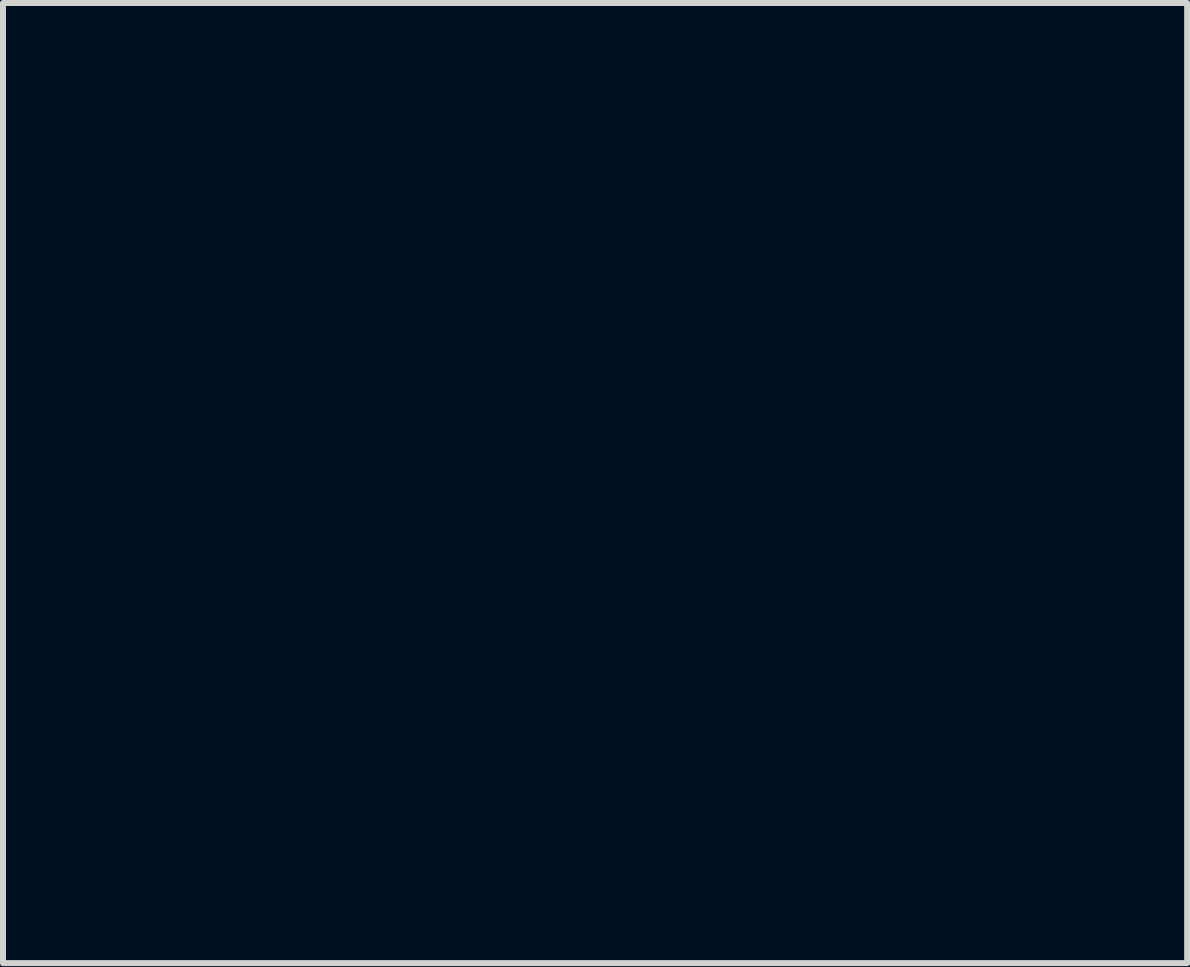
<source format=kicad_pcb>
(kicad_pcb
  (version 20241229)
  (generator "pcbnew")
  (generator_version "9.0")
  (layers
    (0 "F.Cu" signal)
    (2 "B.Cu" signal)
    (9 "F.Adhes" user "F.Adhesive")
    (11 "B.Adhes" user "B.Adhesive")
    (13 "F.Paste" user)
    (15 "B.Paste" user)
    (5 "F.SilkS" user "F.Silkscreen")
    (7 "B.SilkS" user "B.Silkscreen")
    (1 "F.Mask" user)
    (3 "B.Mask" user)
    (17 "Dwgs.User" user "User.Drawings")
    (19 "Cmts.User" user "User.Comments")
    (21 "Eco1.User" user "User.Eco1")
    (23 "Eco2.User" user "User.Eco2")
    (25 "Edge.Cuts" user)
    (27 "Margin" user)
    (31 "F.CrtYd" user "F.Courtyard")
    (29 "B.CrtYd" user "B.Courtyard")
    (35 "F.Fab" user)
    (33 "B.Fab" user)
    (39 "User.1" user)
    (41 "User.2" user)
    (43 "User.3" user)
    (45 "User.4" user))
  (footprint "logo_coffe"
    (layer "F.Cu")
    (at 7.12 5.316)
    (property "Reference" "logo_coffe" (at 0 0 0) (layer "F.Mask") (effects (font (size 1.524 1.524) (thickness 0.3))))
    (attr board_only exclude_from_pos_files exclude_from_bom)
    (fp_poly (pts (xy -5.819 -0.296) (xy -5.749 -0.228) (xy -5.712 -0.126) (xy -5.728 -0.037) (xy -5.786 0.025) (xy -5.872 0.044) (xy -5.944 0.023) (xy -6.019 -0.047) (xy -6.039 -0.141) (xy -6 -0.236) (xy -5.991 -0.246) (xy -5.904 -0.305)) (stroke (width 0) (type solid)) (fill yes) (layer "F.Mask"))
    (fp_poly (pts (xy -1.002 -2.195) (xy -0.938 -2.119) (xy -0.922 -2.008) (xy -0.938 -1.93) (xy -1.001 -1.811) (xy -1.089 -1.748) (xy -1.188 -1.746) (xy -1.286 -1.807) (xy -1.347 -1.911) (xy -1.342 -2.032) (xy -1.315 -2.096) (xy -1.252 -2.183) (xy -1.168 -2.219) (xy -1.104 -2.223)) (stroke (width 0) (type solid)) (fill yes) (layer "F.Mask"))
    (fp_poly (pts (xy -6.868 -1.904) (xy -6.777 -1.851) (xy -6.755 -1.824) (xy -6.717 -1.721) (xy -6.729 -1.62) (xy -6.779 -1.535) (xy -6.854 -1.478) (xy -6.942 -1.46) (xy -7.032 -1.492) (xy -7.066 -1.523) (xy -7.111 -1.615) (xy -7.12 -1.728) (xy -7.09 -1.829) (xy -7.069 -1.856) (xy -6.975 -1.907)) (stroke (width 0) (type solid)) (fill yes) (layer "F.Mask"))
    (fp_poly (pts (xy 1.424 -2.137) (xy 1.519 -2.074) (xy 1.576 -1.971) (xy 1.583 -1.851) (xy 1.582 -1.845) (xy 1.528 -1.729) (xy 1.437 -1.663) (xy 1.324 -1.654) (xy 1.26 -1.676) (xy 1.186 -1.742) (xy 1.156 -1.836) (xy 1.164 -1.941) (xy 1.205 -2.038) (xy 1.273 -2.112) (xy 1.361 -2.145)) (stroke (width 0) (type solid)) (fill yes) (layer "F.Mask"))
    (fp_poly (pts (xy 0.177 -1.66) (xy 0.256 -1.585) (xy 0.342 -1.507) (xy 0.427 -1.452) (xy 0.452 -1.442) (xy 0.535 -1.409) (xy 0.582 -1.381) (xy 0.619 -1.313) (xy 0.619 -1.224) (xy 0.584 -1.154) (xy 0.506 -1.119) (xy 0.392 -1.116) (xy 0.269 -1.145) (xy 0.188 -1.183) (xy 0.106 -1.227) (xy 0.047 -1.234) (xy -0.024 -1.205) (xy -0.024 -1.205) (xy -0.19 -1.139) (xy -0.322 -1.131) (xy -0.416 -1.174) (xy -0.477 -1.256) (xy -0.476 -1.342) (xy -0.416 -1.415) (xy -0.328 -1.455) (xy -0.224 -1.501) (xy -0.113 -1.572) (xy -0.084 -1.596) (xy 0.018 -1.674) (xy 0.099 -1.695)) (stroke (width 0) (type solid)) (fill yes) (layer "F.Mask"))
    (fp_poly (pts (xy 4.997 -3.319) (xy 5.073 -3.245) (xy 5.123 -3.145) (xy 5.179 -3.034) (xy 5.255 -2.964) (xy 5.32 -2.93) (xy 5.431 -2.859) (xy 5.481 -2.773) (xy 5.467 -2.683) (xy 5.437 -2.639) (xy 5.375 -2.588) (xy 5.331 -2.571) (xy 5.278 -2.543) (xy 5.218 -2.473) (xy 5.167 -2.386) (xy 5.143 -2.307) (xy 5.143 -2.299) (xy 5.116 -2.226) (xy 5.065 -2.174) (xy 4.998 -2.131) (xy 4.952 -2.126) (xy 4.893 -2.156) (xy 4.892 -2.157) (xy 4.845 -2.211) (xy 4.803 -2.302) (xy 4.794 -2.331) (xy 4.735 -2.459) (xy 4.646 -2.536) (xy 4.536 -2.606) (xy 4.475 -2.663) (xy 4.451 -2.72) (xy 4.448 -2.76) (xy 4.476 -2.839) (xy 4.566 -2.912) (xy 4.57 -2.915) (xy 4.692 -3.025) (xy 4.758 -3.139) (xy 4.832 -3.266) (xy 4.914 -3.326)) (stroke (width 0) (type solid)) (fill yes) (layer "F.Mask"))
    (fp_poly (pts (xy -3.32 2.726) (xy -3.173 2.769) (xy -3.07 2.834) (xy -3.016 2.914) (xy -3.02 3.004) (xy -3.054 3.062) (xy -3.092 3.105) (xy -3.129 3.122) (xy -3.187 3.116) (xy -3.286 3.087) (xy -3.312 3.078) (xy -3.508 3.041) (xy -3.671 3.062) (xy -3.807 3.146) (xy -3.919 3.293) (xy -3.99 3.45) (xy -4.043 3.611) (xy -4.061 3.735) (xy -4.045 3.844) (xy -3.998 3.958) (xy -3.872 4.157) (xy -3.731 4.289) (xy -3.57 4.356) (xy -3.388 4.36) (xy -3.307 4.344) (xy -3.207 4.323) (xy -3.145 4.327) (xy -3.096 4.36) (xy -3.08 4.375) (xy -3.033 4.437) (xy -3.037 4.501) (xy -3.051 4.534) (xy -3.114 4.614) (xy -3.181 4.657) (xy -3.311 4.684) (xy -3.477 4.69) (xy -3.649 4.675) (xy -3.799 4.642) (xy -3.842 4.625) (xy -3.979 4.534) (xy -4.119 4.391) (xy -4.247 4.213) (xy -4.308 4.103) (xy -4.367 3.916) (xy -4.378 3.698) (xy -4.345 3.469) (xy -4.272 3.245) (xy -4.161 3.043) (xy -4.061 2.922) (xy -3.921 2.807) (xy -3.769 2.74) (xy -3.583 2.712) (xy -3.502 2.71)) (stroke (width 0) (type solid)) (fill yes) (layer "F.Mask"))
    (fp_poly (pts (xy -0.083 2.714) (xy 0.066 2.726) (xy 0.164 2.748) (xy 0.219 2.785) (xy 0.242 2.838) (xy 0.243 2.862) (xy 0.226 2.95) (xy 0.168 3.008) (xy 0.063 3.043) (xy -0.1 3.057) (xy -0.168 3.058) (xy -0.452 3.058) (xy -0.452 3.262) (xy -0.45 3.376) (xy -0.439 3.439) (xy -0.409 3.47) (xy -0.353 3.486) (xy -0.343 3.488) (xy -0.243 3.501) (xy -0.113 3.508) (xy -0.05 3.509) (xy 0.107 3.527) (xy 0.205 3.58) (xy 0.243 3.668) (xy 0.243 3.681) (xy 0.226 3.754) (xy 0.169 3.8) (xy 0.064 3.825) (xy -0.099 3.83) (xy -0.162 3.828) (xy -0.452 3.817) (xy -0.452 4.167) (xy -0.453 4.332) (xy -0.46 4.442) (xy -0.475 4.514) (xy -0.499 4.562) (xy -0.521 4.587) (xy -0.607 4.647) (xy -0.683 4.641) (xy -0.738 4.595) (xy -0.756 4.54) (xy -0.772 4.427) (xy -0.783 4.269) (xy -0.791 4.077) (xy -0.796 3.864) (xy -0.798 3.642) (xy -0.795 3.422) (xy -0.79 3.217) (xy -0.78 3.038) (xy -0.768 2.898) (xy -0.751 2.809) (xy -0.743 2.788) (xy -0.717 2.755) (xy -0.682 2.732) (xy -0.625 2.719) (xy -0.532 2.713) (xy -0.389 2.71) (xy -0.292 2.71)) (stroke (width 0) (type solid)) (fill yes) (layer "F.Mask"))
    (fp_poly (pts (xy 5.966 -1.225) (xy 6.032 -1.154) (xy 6.066 -1.053) (xy 6.131 -0.846) (xy 6.245 -0.687) (xy 6.411 -0.571) (xy 6.468 -0.545) (xy 6.556 -0.494) (xy 6.613 -0.434) (xy 6.618 -0.421) (xy 6.621 -0.346) (xy 6.596 -0.267) (xy 6.555 -0.215) (xy 6.534 -0.208) (xy 6.493 -0.188) (xy 6.416 -0.136) (xy 6.328 -0.069) (xy 6.173 0.076) (xy 6.078 0.217) (xy 6.046 0.346) (xy 6.017 0.433) (xy 5.946 0.511) (xy 5.859 0.554) (xy 5.837 0.556) (xy 5.762 0.532) (xy 5.698 0.486) (xy 5.647 0.413) (xy 5.629 0.354) (xy 5.619 0.285) (xy 5.595 0.18) (xy 5.576 0.111) (xy 5.535 0.001) (xy 5.48 -0.083) (xy 5.392 -0.164) (xy 5.332 -0.209) (xy 5.204 -0.32) (xy 5.157 -0.391) (xy 5.7 -0.391) (xy 5.777 -0.248) (xy 5.855 -0.106) (xy 5.975 -0.226) (xy 6.096 -0.346) (xy 5.98 -0.466) (xy 5.863 -0.586) (xy 5.782 -0.488) (xy 5.7 -0.391) (xy 5.157 -0.391) (xy 5.142 -0.415) (xy 5.147 -0.495) (xy 5.22 -0.564) (xy 5.359 -0.623) (xy 5.507 -0.706) (xy 5.616 -0.845) (xy 5.669 -0.976) (xy 5.717 -1.085) (xy 5.781 -1.177) (xy 5.79 -1.186) (xy 5.881 -1.238)) (stroke (width 0) (type solid)) (fill yes) (layer "F.Mask"))
    (fp_poly (pts (xy -1.702 2.722) (xy -1.531 2.812) (xy -1.382 2.946) (xy -1.261 3.119) (xy -1.173 3.325) (xy -1.124 3.556) (xy -1.121 3.806) (xy -1.145 3.971) (xy -1.205 4.146) (xy -1.305 4.318) (xy -1.43 4.467) (xy -1.563 4.569) (xy -1.569 4.572) (xy -1.698 4.615) (xy -1.862 4.639) (xy -2.032 4.642) (xy -2.177 4.621) (xy -2.186 4.618) (xy -2.27 4.575) (xy -2.376 4.496) (xy -2.482 4.399) (xy -2.482 4.399) (xy -2.632 4.216) (xy -2.723 4.025) (xy -2.762 3.811) (xy -2.756 3.615) (xy -2.429 3.615) (xy -2.418 3.822) (xy -2.35 4.015) (xy -2.227 4.182) (xy -2.188 4.217) (xy -2.046 4.295) (xy -1.891 4.311) (xy -1.739 4.264) (xy -1.666 4.215) (xy -1.55 4.084) (xy -1.484 3.923) (xy -1.46 3.718) (xy -1.46 3.693) (xy -1.483 3.495) (xy -1.544 3.316) (xy -1.635 3.17) (xy -1.75 3.069) (xy -1.828 3.036) (xy -1.955 3.035) (xy -2.094 3.077) (xy -2.218 3.154) (xy -2.274 3.212) (xy -2.381 3.407) (xy -2.429 3.615) (xy -2.756 3.615) (xy -2.754 3.559) (xy -2.75 3.533) (xy -2.689 3.265) (xy -2.577 3.044) (xy -2.413 2.868) (xy -2.285 2.781) (xy -2.085 2.7) (xy -1.889 2.682)) (stroke (width 0) (type solid)) (fill yes) (layer "F.Mask"))
    (fp_poly (pts (xy 3.685 2.714) (xy 3.802 2.72) (xy 3.999 2.731) (xy 4.138 2.745) (xy 4.229 2.763) (xy 4.285 2.79) (xy 4.316 2.829) (xy 4.331 2.873) (xy 4.338 2.955) (xy 4.306 3.01) (xy 4.227 3.044) (xy 4.094 3.059) (xy 3.929 3.061) (xy 3.614 3.055) (xy 3.614 3.468) (xy 3.911 3.493) (xy 4.091 3.515) (xy 4.212 3.547) (xy 4.281 3.593) (xy 4.308 3.658) (xy 4.309 3.679) (xy 4.296 3.743) (xy 4.251 3.785) (xy 4.164 3.81) (xy 4.023 3.821) (xy 3.919 3.822) (xy 3.614 3.822) (xy 3.608 3.996) (xy 3.604 4.11) (xy 3.6 4.202) (xy 3.599 4.23) (xy 3.605 4.259) (xy 3.636 4.276) (xy 3.705 4.282) (xy 3.825 4.281) (xy 3.88 4.279) (xy 4.026 4.278) (xy 4.148 4.287) (xy 4.226 4.302) (xy 4.234 4.306) (xy 4.31 4.377) (xy 4.33 4.467) (xy 4.289 4.554) (xy 4.256 4.583) (xy 4.209 4.602) (xy 4.136 4.614) (xy 4.022 4.619) (xy 3.856 4.621) (xy 3.802 4.621) (xy 3.609 4.619) (xy 3.474 4.613) (xy 3.387 4.6) (xy 3.336 4.58) (xy 3.324 4.57) (xy 3.307 4.543) (xy 3.294 4.493) (xy 3.285 4.413) (xy 3.279 4.294) (xy 3.275 4.129) (xy 3.274 3.908) (xy 3.274 3.7) (xy 3.274 3.409) (xy 3.277 3.181) (xy 3.286 3.007) (xy 3.304 2.881) (xy 3.337 2.796) (xy 3.387 2.743) (xy 3.46 2.717) (xy 3.558 2.71)) (stroke (width 0) (type solid)) (fill yes) (layer "F.Mask"))
    (fp_poly (pts (xy 0.953 2.692) (xy 0.978 2.693) (xy 1.168 2.707) (xy 1.301 2.72) (xy 1.389 2.736) (xy 1.444 2.758) (xy 1.478 2.789) (xy 1.496 2.817) (xy 1.514 2.887) (xy 1.484 2.964) (xy 1.476 2.977) (xy 1.445 3.02) (xy 1.409 3.044) (xy 1.353 3.054) (xy 1.26 3.051) (xy 1.126 3.041) (xy 0.834 3.017) (xy 0.834 3.22) (xy 0.839 3.338) (xy 0.852 3.43) (xy 0.864 3.468) (xy 0.911 3.494) (xy 1.009 3.519) (xy 1.138 3.539) (xy 1.146 3.54) (xy 1.298 3.561) (xy 1.393 3.59) (xy 1.446 3.631) (xy 1.447 3.632) (xy 1.49 3.717) (xy 1.471 3.789) (xy 1.425 3.839) (xy 1.375 3.873) (xy 1.309 3.888) (xy 1.207 3.888) (xy 1.116 3.882) (xy 0.99 3.873) (xy 0.919 3.875) (xy 0.89 3.889) (xy 0.888 3.919) (xy 0.888 3.92) (xy 0.895 3.981) (xy 0.905 4.09) (xy 0.915 4.227) (xy 0.918 4.266) (xy 0.925 4.412) (xy 0.923 4.506) (xy 0.909 4.566) (xy 0.88 4.61) (xy 0.868 4.622) (xy 0.798 4.679) (xy 0.739 4.681) (xy 0.664 4.63) (xy 0.64 4.601) (xy 0.619 4.553) (xy 0.601 4.479) (xy 0.584 4.372) (xy 0.567 4.228) (xy 0.551 4.038) (xy 0.535 3.798) (xy 0.517 3.501) (xy 0.498 3.157) (xy 0.489 2.993) (xy 0.487 2.884) (xy 0.494 2.816) (xy 0.511 2.775) (xy 0.54 2.747) (xy 0.565 2.73) (xy 0.62 2.702) (xy 0.692 2.688) (xy 0.797 2.685)) (stroke (width 0) (type solid)) (fill yes) (layer "F.Mask"))
    (fp_poly (pts (xy 2.683 2.706) (xy 2.765 2.727) (xy 2.771 2.73) (xy 2.831 2.801) (xy 2.848 2.889) (xy 2.82 2.966) (xy 2.806 2.979) (xy 2.752 2.998) (xy 2.649 3.017) (xy 2.518 3.031) (xy 2.494 3.033) (xy 2.362 3.045) (xy 2.255 3.059) (xy 2.195 3.072) (xy 2.19 3.074) (xy 2.167 3.123) (xy 2.156 3.215) (xy 2.159 3.326) (xy 2.177 3.433) (xy 2.177 3.434) (xy 2.192 3.475) (xy 2.219 3.497) (xy 2.276 3.504) (xy 2.377 3.498) (xy 2.45 3.491) (xy 2.628 3.482) (xy 2.748 3.498) (xy 2.818 3.541) (xy 2.847 3.615) (xy 2.849 3.648) (xy 2.84 3.718) (xy 2.803 3.766) (xy 2.728 3.799) (xy 2.604 3.82) (xy 2.47 3.833) (xy 2.329 3.85) (xy 2.228 3.874) (xy 2.184 3.899) (xy 2.168 3.957) (xy 2.157 4.058) (xy 2.155 4.131) (xy 2.154 4.319) (xy 2.485 4.299) (xy 2.648 4.292) (xy 2.757 4.293) (xy 2.824 4.305) (xy 2.865 4.329) (xy 2.867 4.331) (xy 2.915 4.418) (xy 2.897 4.507) (xy 2.835 4.57) (xy 2.759 4.598) (xy 2.633 4.62) (xy 2.476 4.636) (xy 2.309 4.645) (xy 2.152 4.646) (xy 2.023 4.637) (xy 1.947 4.62) (xy 1.872 4.577) (xy 1.834 4.541) (xy 1.827 4.496) (xy 1.823 4.392) (xy 1.821 4.238) (xy 1.821 4.046) (xy 1.825 3.825) (xy 1.828 3.683) (xy 1.836 3.417) (xy 1.844 3.212) (xy 1.852 3.059) (xy 1.862 2.951) (xy 1.874 2.878) (xy 1.89 2.832) (xy 1.906 2.807) (xy 1.974 2.772) (xy 2.091 2.741) (xy 2.24 2.718) (xy 2.401 2.703) (xy 2.555 2.698)) (stroke (width 0) (type solid)) (fill yes) (layer "F.Mask"))
    (fp_poly (pts (xy -5.282 -4.714) (xy -5.232 -4.666) (xy -5.218 -4.639) (xy -5.187 -4.534) (xy -5.177 -4.453) (xy -5.149 -4.325) (xy -5.074 -4.19) (xy -4.968 -4.063) (xy -4.845 -3.962) (xy -4.72 -3.902) (xy -4.655 -3.892) (xy -4.539 -3.867) (xy -4.455 -3.803) (xy -4.419 -3.714) (xy -4.42 -3.688) (xy -4.445 -3.619) (xy -4.514 -3.556) (xy -4.596 -3.507) (xy -4.79 -3.378) (xy -4.96 -3.22) (xy -5.092 -3.048) (xy -5.175 -2.874) (xy -5.192 -2.807) (xy -5.23 -2.699) (xy -5.291 -2.624) (xy -5.291 -2.624) (xy -5.359 -2.581) (xy -5.407 -2.579) (xy -5.47 -2.617) (xy -5.477 -2.622) (xy -5.528 -2.682) (xy -5.559 -2.786) (xy -5.569 -2.861) (xy -5.62 -3.071) (xy -5.729 -3.248) (xy -5.9 -3.399) (xy -5.957 -3.436) (xy -6.097 -3.535) (xy -6.169 -3.626) (xy -6.17 -3.654) (xy -5.615 -3.654) (xy -5.61 -3.62) (xy -5.575 -3.586) (xy -5.571 -3.584) (xy -5.505 -3.517) (xy -5.432 -3.426) (xy -5.422 -3.412) (xy -5.371 -3.343) (xy -5.34 -3.308) (xy -5.336 -3.308) (xy -5.31 -3.337) (xy -5.252 -3.403) (xy -5.184 -3.478) (xy -5.04 -3.637) (xy -5.213 -3.816) (xy -5.297 -3.9) (xy -5.358 -3.954) (xy -5.385 -3.969) (xy -5.386 -3.967) (xy -5.407 -3.927) (xy -5.461 -3.854) (xy -5.513 -3.79) (xy -5.585 -3.704) (xy -5.615 -3.654) (xy -6.17 -3.654) (xy -6.173 -3.71) (xy -6.108 -3.792) (xy -5.976 -3.874) (xy -5.975 -3.875) (xy -5.844 -3.957) (xy -5.74 -4.064) (xy -5.654 -4.209) (xy -5.574 -4.406) (xy -5.56 -4.447) (xy -5.514 -4.578) (xy -5.478 -4.657) (xy -5.443 -4.698) (xy -5.397 -4.715) (xy -5.366 -4.719)) (stroke (width 0) (type solid)) (fill yes) (layer "F.Mask"))
    (fp_poly (pts (xy -0.596 -5.295) (xy -0.439 -5.237) (xy -0.275 -5.154) (xy -0.125 -5.058) (xy -0.011 -4.959) (xy -0.005 -4.952) (xy 0.089 -4.825) (xy 0.185 -4.661) (xy 0.273 -4.484) (xy 0.341 -4.316) (xy 0.377 -4.179) (xy 0.377 -4.177) (xy 0.4 -4.024) (xy 0.647 -4.339) (xy 0.792 -4.518) (xy 0.911 -4.651) (xy 1.016 -4.749) (xy 1.122 -4.824) (xy 1.241 -4.886) (xy 1.328 -4.923) (xy 1.606 -5.009) (xy 1.875 -5.038) (xy 2.127 -5.013) (xy 2.353 -4.934) (xy 2.546 -4.804) (xy 2.697 -4.626) (xy 2.741 -4.549) (xy 2.805 -4.401) (xy 2.859 -4.241) (xy 2.884 -4.143) (xy 2.917 -3.994) (xy 2.957 -3.842) (xy 2.977 -3.776) (xy 3.013 -3.605) (xy 3.032 -3.388) (xy 3.033 -3.148) (xy 3.014 -2.907) (xy 3.013 -2.894) (xy 2.999 -2.776) (xy 3 -2.707) (xy 3.021 -2.667) (xy 3.067 -2.636) (xy 3.088 -2.626) (xy 3.199 -2.554) (xy 3.334 -2.447) (xy 3.475 -2.32) (xy 3.602 -2.19) (xy 3.615 -2.176) (xy 3.689 -2.068) (xy 3.772 -1.912) (xy 3.857 -1.725) (xy 3.934 -1.526) (xy 3.996 -1.334) (xy 4.032 -1.19) (xy 4.051 -1.045) (xy 4.06 -0.868) (xy 4.059 -0.696) (xy 4.058 -0.687) (xy 4.044 -0.521) (xy 4.018 -0.391) (xy 3.97 -0.264) (xy 3.918 -0.156) (xy 3.809 0.033) (xy 3.693 0.175) (xy 3.55 0.291) (xy 3.466 0.345) (xy 3.376 0.404) (xy 3.343 0.449) (xy 3.363 0.496) (xy 3.41 0.542) (xy 3.461 0.607) (xy 3.529 0.722) (xy 3.606 0.872) (xy 3.686 1.041) (xy 3.761 1.213) (xy 3.824 1.373) (xy 3.868 1.506) (xy 3.872 1.524) (xy 3.916 1.72) (xy 3.943 1.901) (xy 3.953 2.053) (xy 3.945 2.162) (xy 3.927 2.206) (xy 3.852 2.25) (xy 3.761 2.253) (xy 3.688 2.212) (xy 3.688 2.212) (xy 3.664 2.158) (xy 3.636 2.054) (xy 3.606 1.919) (xy 3.595 1.857) (xy 3.549 1.653) (xy 3.483 1.441) (xy 3.421 1.282) (xy 3.366 1.157) (xy 3.324 1.057) (xy 3.303 0.997) (xy 3.301 0.989) (xy 3.281 0.95) (xy 3.229 0.873) (xy 3.156 0.775) (xy 3.155 0.773) (xy 3.076 0.673) (xy 3.02 0.619) (xy 2.97 0.598) (xy 2.906 0.601) (xy 2.878 0.605) (xy 2.775 0.611) (xy 2.703 0.581) (xy 2.676 0.556) (xy 2.625 0.495) (xy 2.606 0.456) (xy 2.637 0.387) (xy 2.72 0.318) (xy 2.835 0.263) (xy 2.892 0.247) (xy 3.004 0.207) (xy 3.143 0.141) (xy 3.278 0.061) (xy 3.279 0.061) (xy 3.406 -0.029) (xy 3.492 -0.112) (xy 3.561 -0.213) (xy 3.615 -0.318) (xy 3.667 -0.427) (xy 3.699 -0.513) (xy 3.714 -0.597) (xy 3.717 -0.702) (xy 3.712 -0.849) (xy 3.71 -0.891) (xy 3.696 -1.073) (xy 3.673 -1.219) (xy 3.635 -1.36) (xy 3.573 -1.527) (xy 3.559 -1.561) (xy 3.481 -1.74) (xy 3.407 -1.874) (xy 3.322 -1.987) (xy 3.242 -2.073) (xy 3.122 -2.18) (xy 2.992 -2.279) (xy 2.888 -2.344) (xy 2.776 -2.411) (xy 2.703 -2.489) (xy 2.666 -2.59) (xy 2.658 -2.729) (xy 2.675 -2.919) (xy 2.678 -2.943) (xy 2.698 -3.129) (xy 2.703 -3.293) (xy 2.691 -3.456) (xy 2.659 -3.638) (xy 2.607 -3.86) (xy 2.591 -3.925) (xy 2.529 -4.147) (xy 2.473 -4.313) (xy 2.415 -4.434) (xy 2.351 -4.521) (xy 2.273 -4.587) (xy 2.224 -4.617) (xy 2.134 -4.662) (xy 2.048 -4.684) (xy 1.941 -4.689) (xy 1.829 -4.683) (xy 1.549 -4.637) (xy 1.313 -4.537) (xy 1.121 -4.384) (xy 1.053 -4.304) (xy 0.958 -4.177) (xy 0.856 -4.043) (xy 0.804 -3.974) (xy 0.738 -3.867) (xy 0.663 -3.712) (xy 0.584 -3.525) (xy 0.509 -3.325) (xy 0.446 -3.13) (xy 0.412 -3.007) (xy 0.37 -2.878) (xy 0.317 -2.806) (xy 0.243 -2.78) (xy 0.226 -2.78) (xy 0.171 -2.785) (xy 0.129 -2.806) (xy 0.099 -2.851) (xy 0.078 -2.929) (xy 0.065 -3.048) (xy 0.058 -3.217) (xy 0.055 -3.444) (xy 0.054 -3.538) (xy 0.051 -4.187) (xy -0.099 -4.473) (xy -0.18 -4.619) (xy -0.248 -4.718) (xy -0.317 -4.787) (xy -0.401 -4.843) (xy -0.412 -4.85) (xy -0.617 -4.938) (xy -0.808 -4.963) (xy -0.942 -4.938) (xy -1.065 -4.877) (xy -1.21 -4.779) (xy -1.358 -4.66) (xy -1.487 -4.537) (xy -1.578 -4.426) (xy -1.581 -4.421) (xy -1.659 -4.307) (xy -1.755 -4.178) (xy -1.808 -4.112) (xy -1.931 -3.937) (xy -2.057 -3.712) (xy -2.177 -3.456) (xy -2.281 -3.188) (xy -2.36 -2.932) (xy -2.387 -2.85) (xy -2.428 -2.794) (xy -2.499 -2.747) (xy -2.601 -2.701) (xy -2.766 -2.609) (xy -2.95 -2.475) (xy -3.135 -2.314) (xy -3.303 -2.141) (xy -3.436 -1.974) (xy -3.437 -1.972) (xy -3.56 -1.745) (xy -3.649 -1.485) (xy -3.702 -1.21) (xy -3.716 -0.939) (xy -3.688 -0.69) (xy -3.646 -0.549) (xy -3.541 -0.358) (xy -3.386 -0.175) (xy -3.2 -0.021) (xy -3.058 0.061) (xy -2.89 0.15) (xy -2.787 0.227) (xy -2.744 0.299) (xy -2.759 0.37) (xy -2.814 0.434) (xy -2.861 0.47) (xy -2.909 0.478) (xy -2.982 0.458) (xy -3.032 0.439) (xy -3.131 0.405) (xy -3.205 0.384) (xy -3.223 0.382) (xy -3.272 0.41) (xy -3.345 0.482) (xy -3.431 0.585) (xy -3.519 0.704) (xy -3.597 0.823) (xy -3.654 0.929) (xy -3.667 0.961) (xy -3.721 1.099) (xy -3.782 1.249) (xy -3.806 1.304) (xy -3.841 1.391) (xy -3.875 1.495) (xy -3.91 1.627) (xy -3.95 1.799) (xy -3.998 2.023) (xy -4.015 2.109) (xy -4.06 2.182) (xy -4.142 2.212) (xy -4.238 2.19) (xy -4.286 2.127) (xy -4.308 2.011) (xy -4.304 1.856) (xy -4.277 1.671) (xy -4.227 1.468) (xy -4.156 1.26) (xy -4.109 1.147) (xy -4.062 1.034) (xy -4.024 0.934) (xy -4.014 0.903) (xy -3.961 0.774) (xy -3.872 0.616) (xy -3.76 0.45) (xy -3.674 0.338) (xy -3.537 0.173) (xy -3.725 -0.03) (xy -3.895 -0.259) (xy -4.005 -0.518) (xy -4.056 -0.811) (xy -4.058 -1.056) (xy -4.009 -1.434) (xy -3.911 -1.781) (xy -3.765 -2.086) (xy -3.714 -2.167) (xy -3.589 -2.329) (xy -3.431 -2.5) (xy -3.258 -2.665) (xy -3.085 -2.809) (xy -2.926 -2.919) (xy -2.849 -2.96) (xy -2.762 -3.005) (xy -2.706 -3.052) (xy -2.665 -3.123) (xy -2.623 -3.236) (xy -2.614 -3.264) (xy -2.517 -3.526) (xy -2.399 -3.79) (xy -2.269 -4.034) (xy -2.139 -4.238) (xy -2.094 -4.297) (xy -1.995 -4.426) (xy -1.898 -4.56) (xy -1.827 -4.665) (xy -1.734 -4.779) (xy -1.596 -4.907) (xy -1.432 -5.035) (xy -1.261 -5.149) (xy -1.103 -5.235) (xy -1.016 -5.269) (xy -0.886 -5.299) (xy -0.755 -5.315) (xy -0.723 -5.316)) (stroke (width 0) (type solid)) (fill yes) (layer "F.Mask")))
  (gr_rect
    (start -3 -3)
    (end 16.74 13.006)
    (stroke (width 0.1) (type default))
    (fill no)
    (layer "Edge.Cuts")))
</source>
